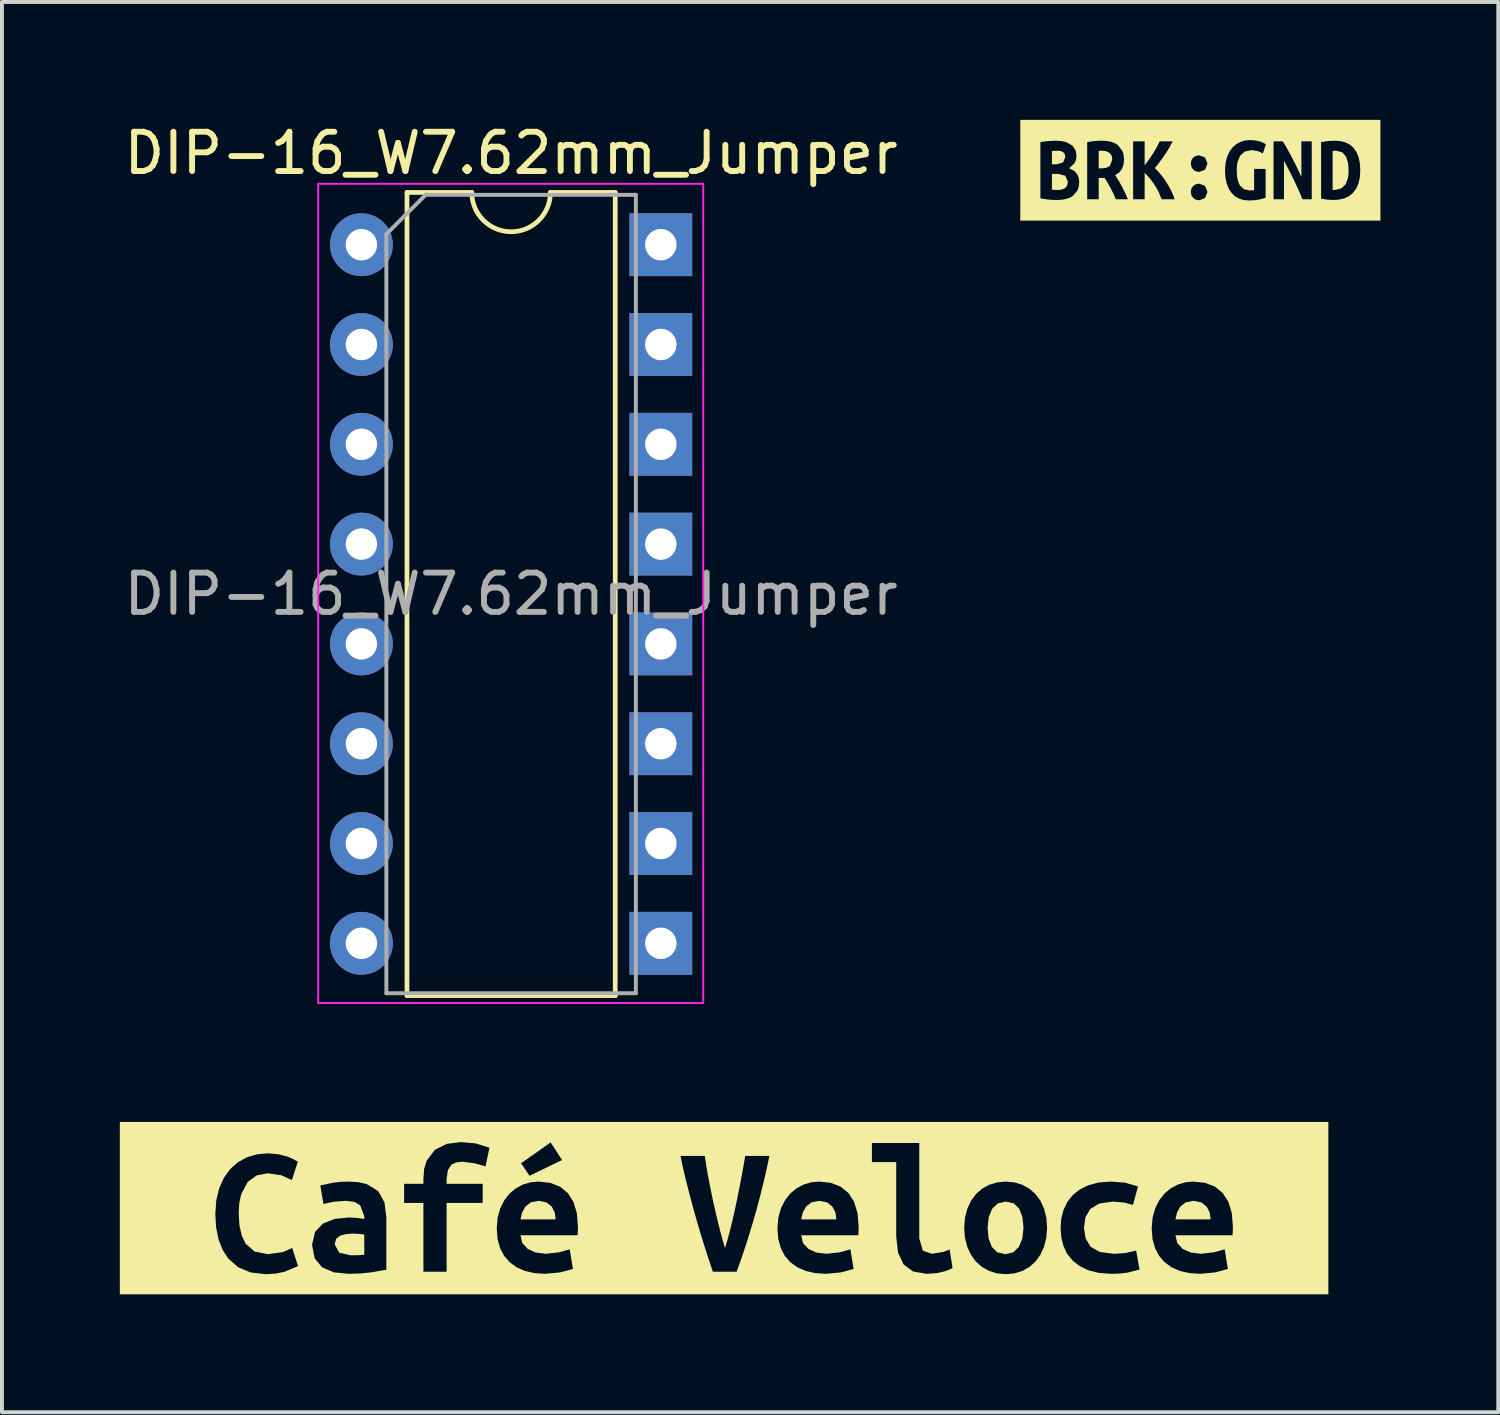
<source format=kicad_pcb>
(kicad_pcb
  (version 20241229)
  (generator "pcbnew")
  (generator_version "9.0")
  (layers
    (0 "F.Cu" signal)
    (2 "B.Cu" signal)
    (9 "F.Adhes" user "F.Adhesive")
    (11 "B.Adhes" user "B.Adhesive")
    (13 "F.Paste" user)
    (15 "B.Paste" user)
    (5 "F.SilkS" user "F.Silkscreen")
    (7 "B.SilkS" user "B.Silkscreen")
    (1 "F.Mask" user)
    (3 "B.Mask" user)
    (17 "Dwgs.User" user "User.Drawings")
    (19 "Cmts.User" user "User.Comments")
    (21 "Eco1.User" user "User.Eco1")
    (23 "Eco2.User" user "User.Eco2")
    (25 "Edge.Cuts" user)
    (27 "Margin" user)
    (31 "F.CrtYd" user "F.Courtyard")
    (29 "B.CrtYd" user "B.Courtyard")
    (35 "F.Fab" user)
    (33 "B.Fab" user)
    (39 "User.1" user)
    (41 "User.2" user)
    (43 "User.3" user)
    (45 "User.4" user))
  (footprint "label_Cafe_Veloce"
    (layer "F.Cu")
    (at 15.379 27.698)
    (property "Reference" "label_Cafe_Veloce" (at 0 -2.194 0) (layer "F.SilkS") (effects (font (size 0.001 0.001) (thickness 0.000003))))
    (attr exclude_from_pos_files exclude_from_bom)
    (fp_poly (pts (xy -4.286 0.286) (xy -4.31 0.112) (xy -4.386 -0.038) (xy -4.52 -0.145) (xy -4.72 -0.186) (xy -4.917 -0.148) (xy -5.055 -0.043) (xy -5.141 0.11) (xy -5.182 0.286) (xy -4.286 0.286)) (stroke (width 0) (type solid)) (fill yes) (layer "F.SilkS"))
    (fp_poly (pts (xy 2.857 0.286) (xy 2.834 0.112) (xy 2.757 -0.038) (xy 2.624 -0.145) (xy 2.424 -0.186) (xy 2.226 -0.148) (xy 2.088 -0.043) (xy 2.003 0.11) (xy 1.962 0.286) (xy 2.857 0.286)) (stroke (width 0) (type solid)) (fill yes) (layer "F.SilkS"))
    (fp_poly (pts (xy 12.383 0.286) (xy 12.359 0.112) (xy 12.282 -0.038) (xy 12.149 -0.145) (xy 11.949 -0.186) (xy 11.751 -0.148) (xy 11.613 -0.043) (xy 11.528 0.11) (xy 11.487 0.286) (xy 12.383 0.286)) (stroke (width 0) (type solid)) (fill yes) (layer "F.SilkS"))
    (fp_poly (pts (xy -9.501 1.2) (xy -9.315 1.198) (xy -9.158 1.186) (xy -9.158 0.672) (xy -9.296 0.655) (xy -9.444 0.648) (xy -9.62 0.66) (xy -9.77 0.7) (xy -9.873 0.781) (xy -9.911 0.919) (xy -9.796 1.136) (xy -9.501 1.2)) (stroke (width 0) (type solid)) (fill yes) (layer "F.SilkS"))
    (fp_poly (pts (xy 6.706 0.5) (xy 6.732 0.772) (xy 6.813 0.986) (xy 6.953 1.125) (xy 7.158 1.172) (xy 7.359 1.125) (xy 7.503 0.986) (xy 7.591 0.772) (xy 7.62 0.5) (xy 7.593 0.229) (xy 7.513 0.017) (xy 7.373 -0.121) (xy 7.168 -0.167) (xy 6.967 -0.121) (xy 6.822 0.017) (xy 6.735 0.229) (xy 6.706 0.5)) (stroke (width 0) (type solid)) (fill yes) (layer "F.SilkS"))
    (fp_poly (pts (xy -14.866 -2.194) (xy -12.949 0.143) (xy -12.924 -0.204) (xy -12.849 -0.51) (xy -12.73 -0.773) (xy -12.571 -0.993) (xy -12.375 -1.167) (xy -12.147 -1.293) (xy -11.89 -1.37) (xy -11.611 -1.395) (xy -11.328 -1.369) (xy -11.106 -1.31) (xy -10.947 -1.238) (xy -10.849 -1.181) (xy -11.001 -0.714) (xy -11.266 -0.836) (xy -11.62 -0.886) (xy -11.89 -0.836) (xy -12.123 -0.669) (xy -12.29 -0.357) (xy -12.338 -0.138) (xy -12.354 0.129) (xy -12.335 0.439) (xy -12.277 0.697) (xy -10.197 -0.105) (xy -10.277 -0.576) (xy -9.968 -0.645) (xy -9.764 -0.669) (xy -9.554 -0.676) (xy -9.301 -0.66) (xy -9.094 -0.612) (xy -8.801 -0.431) (xy -8.644 -0.145) (xy -8.596 0.233) (xy -8.596 1.567) (xy -8.977 1.634) (xy -9.245 1.662) (xy -9.544 1.672) (xy -9.932 1.634) (xy -10.23 1.507) (xy -10.42 1.279) (xy -10.487 0.933) (xy -10.411 0.605) (xy -10.206 0.391) (xy -9.911 0.274) (xy -9.563 0.238) (xy -9.348 0.248) (xy -9.158 0.276) (xy -9.158 0.205) (xy -9.263 -0.074) (xy -9.406 -0.158) (xy -9.625 -0.186) (xy -9.946 -0.162) (xy -10.197 -0.105) (xy -12.277 0.697) (xy -12.18 0.902) (xy -11.951 1.104) (xy -11.611 1.172) (xy -11.232 1.119) (xy -10.992 1.014) (xy -10.844 1.476) (xy -11.18 1.617) (xy -11.408 1.665) (xy -11.668 1.681) (xy -12.051 1.637) (xy -12.369 1.503) (xy -12.621 1.281) (xy -12.764 1.06) (xy -12.867 0.797) (xy -12.929 0.491) (xy -12.949 0.143) (xy -14.866 -2.194) (xy -15.379 -2.194) (xy -15.379 2.194) (xy -7.653 1.619) (xy -7.653 -0.133) (xy -8.144 -0.133) (xy -8.144 -0.619) (xy -7.653 -0.619) (xy -7.653 -0.748) (xy -7.634 -0.996) (xy -7.575 -1.198) (xy -7.363 -1.484) (xy -7.058 -1.636) (xy -6.706 -1.681) (xy -6.325 -1.648) (xy -5.972 -1.538) (xy -6.072 -1.062) (xy -6.346 -1.141) (xy -6.658 -1.181) (xy -6.813 -1.167) (xy -6.941 -1.105) (xy -7.029 -0.969) (xy -7.063 -0.738) (xy -7.063 -0.619) (xy -4.953 -0.824) (xy -5.167 -1.143) (xy -4.415 -1.672) (xy -4.124 -1.224) (xy -4.953 -0.824) (xy -7.063 -0.619) (xy -6.144 -0.619) (xy -6.144 -0.133) (xy -7.063 -0.133) (xy -5.786 0.519) (xy -5.764 0.242) (xy -5.696 0) (xy -5.591 -0.205) (xy -5.458 -0.374) (xy -5.299 -0.505) (xy -5.12 -0.6) (xy -4.927 -0.657) (xy -4.729 -0.676) (xy -4.425 -0.644) (xy -4.175 -0.546) (xy -3.977 -0.383) (xy -3.834 -0.158) (xy -3.748 0.127) (xy -3.72 0.471) (xy -3.722 0.591) (xy -3.729 0.691) (xy -5.182 0.691) (xy -5.136 0.886) (xy -5.001 1.036) (xy -4.793 1.13) (xy -4.534 1.162) (xy -4.198 1.124) (xy -3.929 1.048) (xy -3.848 1.548) (xy -4.172 1.636) (xy -4.558 1.672) (xy -4.829 1.653) (xy -5.07 1.598) (xy -5.279 1.506) (xy -5.455 1.379) (xy -5.597 1.216) (xy -5.701 1.019) (xy -5.765 0.787) (xy -5.786 0.519) (xy -7.063 -0.133) (xy -7.063 1.619) (xy -7.653 1.619) (xy -15.379 2.194) (xy -14.866 2.194) (xy -0.286 1.619) (xy -0.404 1.269) (xy -0.529 0.876) (xy -0.613 0.6) (xy -0.694 0.325) (xy -0.772 0.05) (xy -0.845 -0.22) (xy -0.913 -0.479) (xy -0.976 -0.729) (xy -1.055 -1.062) (xy -1.11 -1.329) (xy -0.491 -1.329) (xy -0.455 -1.082) (xy -0.405 -0.798) (xy -0.345 -0.491) (xy -0.279 -0.174) (xy -0.207 0.145) (xy -0.131 0.46) (xy -0.053 0.755) (xy 0.024 1.019) (xy 0.1 0.759) (xy 0.176 0.464) (xy 0.25 0.15) (xy 0.319 -0.169) (xy 0.383 -0.486) (xy 0.443 -0.795) (xy 0.495 -1.081) (xy 0.538 -1.329) (xy 1.153 -1.329) (xy 1.089 -1.026) (xy 1.012 -0.691) (xy 0.923 -0.329) (xy 0.822 0.05) (xy 0.748 0.31) (xy 1.357 0.519) (xy 1.38 0.242) (xy 1.448 0) (xy 1.553 -0.205) (xy 1.686 -0.374) (xy 1.844 -0.505) (xy 2.024 -0.6) (xy 2.217 -0.657) (xy 2.415 -0.676) (xy 2.718 -0.644) (xy 2.969 -0.546) (xy 3.167 -0.383) (xy 3.31 -0.158) (xy 3.396 0.127) (xy 3.424 0.471) (xy 3.422 0.591) (xy 3.415 0.691) (xy 1.962 0.691) (xy 4.567 1.431) (xy 4.428 1.135) (xy 4.381 0.729) (xy 4.381 -1.172) (xy 3.762 -1.172) (xy 3.762 -1.657) (xy 4.967 -1.657) (xy 6.562 -0.492) (xy 6.744 -0.593) (xy 6.947 -0.655) (xy 7.168 -0.676) (xy 7.391 -0.655) (xy 7.594 -0.593) (xy 7.774 -0.492) (xy 7.927 -0.355) (xy 8.052 -0.185) (xy 8.144 0.017) (xy 8.201 0.245) (xy 8.22 0.495) (xy 8.201 0.749) (xy 8.144 0.979) (xy 8.052 1.181) (xy 7.93 1.353) (xy 7.778 1.492) (xy 7.599 1.595) (xy 7.394 1.66) (xy 7.168 1.681) (xy 6.941 1.66) (xy 6.737 1.595) (xy 6.557 1.492) (xy 6.403 1.353) (xy 6.279 1.181) (xy 6.186 0.979) (xy 6.129 0.749) (xy 6.11 0.495) (xy 6.13 0.245) (xy 6.189 0.017) (xy 6.283 -0.185) (xy 6.408 -0.355) (xy 6.562 -0.492) (xy 4.967 -1.657) (xy 4.967 0.772) (xy 5.058 1.081) (xy 5.286 1.162) (xy 5.582 1.114) (xy 5.739 1.053) (xy 5.815 1.524) (xy 5.751 1.557) (xy 5.62 1.607) (xy 5.422 1.653) (xy 5.158 1.672) (xy 4.808 1.612) (xy 4.567 1.431) (xy 1.962 0.691) (xy 2.007 0.886) (xy 2.143 1.036) (xy 2.35 1.13) (xy 2.61 1.162) (xy 2.946 1.124) (xy 3.215 1.048) (xy 3.296 1.548) (xy 2.972 1.636) (xy 2.586 1.672) (xy 2.315 1.653) (xy 2.074 1.598) (xy 1.865 1.506) (xy 1.688 1.379) (xy 1.547 1.216) (xy 1.443 1.019) (xy 1.379 0.787) (xy 1.357 0.519) (xy 0.748 0.31) (xy 0.669 0.574) (xy 0.586 0.841) (xy 0.499 1.106) (xy 0.41 1.366) (xy 0.319 1.619) (xy -0.286 1.619) (xy -14.866 2.194) (xy 14.866 2.194) (xy 10.573 1.562) (xy 10.273 1.641) (xy 10.081 1.664) (xy 9.858 1.672) (xy 9.54 1.649) (xy 9.27 1.581) (xy 9.047 1.474) (xy 8.868 1.333) (xy 8.731 1.162) (xy 8.637 0.962) (xy 8.581 0.739) (xy 8.563 0.5) (xy 8.582 0.264) (xy 8.639 0.043) (xy 8.736 -0.158) (xy 8.873 -0.331) (xy 9.051 -0.474) (xy 9.27 -0.583) (xy 9.534 -0.653) (xy 9.844 -0.676) (xy 10.206 -0.648) (xy 10.535 -0.552) (xy 10.406 -0.081) (xy 10.194 -0.14) (xy 9.896 -0.167) (xy 9.546 -0.117) (xy 9.32 0.021) (xy 9.196 0.233) (xy 9.158 0.5) (xy 9.202 0.776) (xy 9.332 0.986) (xy 9.567 1.118) (xy 9.925 1.162) (xy 10.213 1.143) (xy 10.487 1.081) (xy 10.573 1.562) (xy 14.866 2.194) (xy 15.379 2.194) (xy 12.74 1.048) (xy 12.821 1.548) (xy 12.497 1.636) (xy 12.111 1.672) (xy 11.84 1.653) (xy 11.599 1.598) (xy 11.39 1.506) (xy 11.213 1.379) (xy 11.072 1.216) (xy 10.968 1.019) (xy 10.904 0.787) (xy 10.882 0.519) (xy 10.905 0.242) (xy 10.973 0) (xy 11.078 -0.205) (xy 11.211 -0.374) (xy 11.369 -0.505) (xy 11.549 -0.6) (xy 11.742 -0.657) (xy 11.94 -0.676) (xy 12.243 -0.644) (xy 12.494 -0.546) (xy 12.692 -0.383) (xy 12.835 -0.158) (xy 12.921 0.127) (xy 12.949 0.471) (xy 12.947 0.591) (xy 12.94 0.691) (xy 11.487 0.691) (xy 11.532 0.886) (xy 11.668 1.036) (xy 11.875 1.13) (xy 12.135 1.162) (xy 12.471 1.124) (xy 12.74 1.048) (xy 15.379 2.194) (xy 15.379 -2.194) (xy 14.866 -2.194) (xy -14.866 -2.194)) (stroke (width 0) (type solid)) (fill yes) (layer "F.SilkS")))
  (footprint "DIP-16_W7.62mm_Jumper"
    (layer "F.Cu")
    (at 6.148 3.178)
    (property "Reference" "DIP-16_W7.62mm_Jumper" (at 3.81 -2.33 0) (layer "F.SilkS") (effects (font (size 1 1) (thickness 0.15))))
    (attr through_hole)
    (fp_line (start 1.16 -1.33) (end 1.16 19.11) (stroke (width 0.12) (type solid)) (layer "F.SilkS"))
    (fp_line (start 1.16 19.11) (end 6.46 19.11) (stroke (width 0.12) (type solid)) (layer "F.SilkS"))
    (fp_line (start 2.81 -1.33) (end 1.16 -1.33) (stroke (width 0.12) (type solid)) (layer "F.SilkS"))
    (fp_line (start 6.46 -1.33) (end 4.81 -1.33) (stroke (width 0.12) (type solid)) (layer "F.SilkS"))
    (fp_line (start 6.46 19.11) (end 6.46 -1.33) (stroke (width 0.12) (type solid)) (layer "F.SilkS"))
    (fp_arc (start 4.81 -1.33) (mid 3.81 -0.33) (end 2.81 -1.33) (stroke (width 0.12) (type solid)) (layer "F.SilkS"))
    (fp_line (start -1.1 -1.55) (end -1.1 19.3) (stroke (width 0.05) (type solid)) (layer "F.CrtYd"))
    (fp_line (start -1.1 19.3) (end 8.7 19.3) (stroke (width 0.05) (type solid)) (layer "F.CrtYd"))
    (fp_line (start 8.7 -1.55) (end -1.1 -1.55) (stroke (width 0.05) (type solid)) (layer "F.CrtYd"))
    (fp_line (start 8.7 19.3) (end 8.7 -1.55) (stroke (width 0.05) (type solid)) (layer "F.CrtYd"))
    (fp_line (start 0.635 -0.27) (end 1.635 -1.27) (stroke (width 0.1) (type solid)) (layer "F.Fab"))
    (fp_line (start 0.635 19.05) (end 0.635 -0.27) (stroke (width 0.1) (type solid)) (layer "F.Fab"))
    (fp_line (start 1.635 -1.27) (end 6.985 -1.27) (stroke (width 0.1) (type solid)) (layer "F.Fab"))
    (fp_line (start 6.985 -1.27) (end 6.985 19.05) (stroke (width 0.1) (type solid)) (layer "F.Fab"))
    (fp_line (start 6.985 19.05) (end 0.635 19.05) (stroke (width 0.1) (type solid)) (layer "F.Fab"))
    (fp_text user "${REFERENCE}" (at 3.81 8.89 0) (layer "F.Fab") (effects (font (size 1 1) (thickness 0.15))))
    (pad "1" thru_hole oval (at 0 0) (size 1.6 1.6) (drill 0.8) (layers "*.Cu" "*.Mask"))
    (pad "2" thru_hole oval (at 0 2.54) (size 1.6 1.6) (drill 0.8) (layers "*.Cu" "*.Mask"))
    (pad "3" thru_hole oval (at 0 5.08) (size 1.6 1.6) (drill 0.8) (layers "*.Cu" "*.Mask"))
    (pad "4" thru_hole oval (at 0 7.62) (size 1.6 1.6) (drill 0.8) (layers "*.Cu" "*.Mask"))
    (pad "5" thru_hole oval (at 0 10.16) (size 1.6 1.6) (drill 0.8) (layers "*.Cu" "*.Mask"))
    (pad "6" thru_hole oval (at 0 12.7) (size 1.6 1.6) (drill 0.8) (layers "*.Cu" "*.Mask"))
    (pad "7" thru_hole oval (at 0 15.24) (size 1.6 1.6) (drill 0.8) (layers "*.Cu" "*.Mask"))
    (pad "8" thru_hole oval (at 0 17.78) (size 1.6 1.6) (drill 0.8) (layers "*.Cu" "*.Mask"))
    (pad "9" thru_hole rect (at 7.62 17.78) (size 1.6 1.6) (drill 0.8) (layers "*.Cu" "*.Mask"))
    (pad "10" thru_hole rect (at 7.62 15.24) (size 1.6 1.6) (drill 0.8) (layers "*.Cu" "*.Mask"))
    (pad "11" thru_hole rect (at 7.62 12.7) (size 1.6 1.6) (drill 0.8) (layers "*.Cu" "*.Mask"))
    (pad "12" thru_hole rect (at 7.62 10.16) (size 1.6 1.6) (drill 0.8) (layers "*.Cu" "*.Mask"))
    (pad "13" thru_hole rect (at 7.62 7.62) (size 1.6 1.6) (drill 0.8) (layers "*.Cu" "*.Mask"))
    (pad "14" thru_hole rect (at 7.62 5.08) (size 1.6 1.6) (drill 0.8) (layers "*.Cu" "*.Mask"))
    (pad "15" thru_hole rect (at 7.62 2.54) (size 1.6 1.6) (drill 0.8) (layers "*.Cu" "*.Mask"))
    (pad "16" thru_hole rect (at 7.62 0) (size 1.6 1.6) (drill 0.8) (layers "*.Cu" "*.Mask")))
  (footprint "label_Brake"
    (layer "F.Cu")
    (at 27.5 1.283)
    (property "Reference" "label_Brake" (at 0 -1.282 180) (layer "F.SilkS") (effects (font (size 0.001 0.001) (thickness 0.000003))))
    (attr exclude_from_pos_files exclude_from_bom)
    (fp_poly (pts (xy -3.778 0.093) (xy -3.778 0.493) (xy -3.71 0.5) (xy -3.637 0.502) (xy -3.54 0.494) (xy -3.455 0.463) (xy -3.394 0.399) (xy -3.371 0.293) (xy -3.439 0.139) (xy -3.621 0.093) (xy -3.778 0.093)) (stroke (width 0) (type solid)) (fill yes) (layer "F.SilkS"))
    (fp_poly (pts (xy -3.664 -0.15) (xy -3.494 -0.199) (xy -3.437 -0.333) (xy -3.454 -0.418) (xy -3.499 -0.468) (xy -3.566 -0.492) (xy -3.645 -0.498) (xy -3.714 -0.495) (xy -3.778 -0.488) (xy -3.778 -0.15) (xy -3.664 -0.15)) (stroke (width 0) (type solid)) (fill yes) (layer "F.SilkS"))
    (fp_poly (pts (xy -2.24 -0.271) (xy -2.257 -0.373) (xy -2.311 -0.443) (xy -2.394 -0.484) (xy -2.499 -0.498) (xy -2.54 -0.496) (xy -2.587 -0.491) (xy -2.587 -0.048) (xy -2.523 -0.048) (xy -2.394 -0.062) (xy -2.306 -0.106) (xy -2.24 -0.271)) (stroke (width 0) (type solid)) (fill yes) (layer "F.SilkS"))
    (fp_poly (pts (xy 3.366 0.5) (xy 3.392 0.502) (xy 3.418 0.502) (xy 3.586 0.464) (xy 3.696 0.36) (xy 3.755 0.201) (xy 3.769 0.105) (xy 3.773 0) (xy 3.759 -0.186) (xy 3.709 -0.345) (xy 3.611 -0.456) (xy 3.452 -0.498) (xy 3.409 -0.496) (xy 3.366 -0.491) (xy 3.366 0.5)) (stroke (width 0) (type solid)) (fill yes) (layer "F.SilkS"))
    (fp_poly (pts (xy -4.071 -1.282) (xy -3.887 -0.742) (xy -3.69 -0.752) (xy -3.539 -0.744) (xy -3.418 -0.718) (xy -3.254 -0.627) (xy -3.173 -0.502) (xy -3.152 -0.364) (xy -3.164 -0.266) (xy -3.203 -0.179) (xy -3.34 -0.05) (xy -3.214 0.014) (xy -3.136 0.098) (xy -3.096 0.193) (xy -3.083 0.293) (xy -2.88 0.738) (xy -2.88 -0.714) (xy -2.786 -0.732) (xy -2.682 -0.744) (xy -2.582 -0.75) (xy -2.499 -0.752) (xy -2.379 -0.745) (xy -2.271 -0.724) (xy -2.175 -0.688) (xy -2.094 -0.636) (xy -1.981 -0.485) (xy -1.952 -0.385) (xy -1.942 -0.269) (xy -1.955 -0.146) (xy -1.994 -0.036) (xy -2.064 0.057) (xy -2.168 0.124) (xy -2.082 0.261) (xy -1.994 0.418) (xy -1.912 0.582) (xy -1.844 0.738) (xy -2.151 0.738) (xy -2.211 0.598) (xy -2.279 0.463) (xy -2.354 0.33) (xy -2.435 0.195) (xy -2.587 0.195) (xy -2.587 0.738) (xy -2.88 0.738) (xy -3.083 0.293) (xy -3.094 0.415) (xy -3.128 0.516) (xy -3.25 0.658) (xy -3.335 0.704) (xy -3.434 0.735) (xy -3.544 0.752) (xy -3.661 0.757) (xy -3.761 0.755) (xy -3.864 0.747) (xy -3.968 0.733) (xy -4.071 0.714) (xy -4.071 -0.717) (xy -3.887 -0.742) (xy -4.071 -1.282) (xy -4.583 -1.282) (xy -4.583 1.282) (xy -0.985 0.738) (xy -1.06 0.558) (xy -1.111 0.463) (xy -1.168 0.37) (xy -1.229 0.282) (xy -1.293 0.199) (xy -1.418 0.064) (xy -1.418 0.738) (xy -1.711 0.738) (xy -1.711 -0.736) (xy -1.418 -0.736) (xy -1.418 -0.124) (xy -1.308 -0.271) (xy -1.2 -0.433) (xy -1.106 -0.593) (xy -1.035 -0.736) (xy -0.704 -0.736) (xy -0.783 -0.589) (xy -0.833 -0.505) (xy -0.889 -0.418) (xy -0.951 -0.328) (xy -1.017 -0.236) (xy -1.086 -0.145) (xy -1.158 -0.057) (xy -1.084 0.02) (xy -1.008 0.107) (xy -0.934 0.203) (xy -0.864 0.306) (xy -0.111 0.029) (xy -0.179 -0.013) (xy -0.226 -0.08) (xy -0.244 -0.171) (xy -0.226 -0.261) (xy -0.179 -0.326) (xy -0.111 -0.367) (xy -0.03 -0.381) (xy 0.118 -0.326) (xy 0.182 -0.171) (xy 0.118 -0.012) (xy -0.03 0.043) (xy -0.111 0.029) (xy -0.864 0.306) (xy -0.8 0.413) (xy 0.64 -0.177) (xy 0.677 -0.332) (xy 0.736 -0.465) (xy 0.813 -0.574) (xy 0.907 -0.659) (xy 1.016 -0.72) (xy 1.136 -0.757) (xy 1.266 -0.769) (xy 1.419 -0.756) (xy 1.537 -0.726) (xy 1.619 -0.691) (xy 1.668 -0.662) (xy 1.592 -0.429) (xy 1.463 -0.488) (xy 1.306 -0.514) (xy 1.13 -0.476) (xy 1.012 -0.37) (xy 0.945 -0.208) (xy 0.93 -0.109) (xy 0.925 0) (xy 0.934 0.161) (xy 0.962 0.291) (xy 1.008 0.389) (xy 1.111 0.483) (xy 1.254 0.514) (xy 1.311 0.512) (xy 1.368 0.505) (xy 1.368 -0.033) (xy 1.661 -0.033) (xy 1.661 0.702) (xy 1.498 0.745) (xy 1.375 0.763) (xy 1.23 0.769) (xy 1.099 0.757) (xy 0.981 0.72) (xy 0.878 0.66) (xy 0.792 0.575) (xy 0.722 0.467) (xy 0.67 0.335) (xy 0.638 0.179) (xy 0.627 0) (xy 0.64 -0.177) (xy -0.8 0.413) (xy -0.742 0.523) (xy -0.692 0.632) (xy -0.226 0.642) (xy -0.244 0.55) (xy -0.226 0.461) (xy -0.179 0.395) (xy -0.111 0.355) (xy -0.03 0.341) (xy 0.118 0.395) (xy 0.182 0.55) (xy 0.118 0.71) (xy -0.03 0.764) (xy -0.111 0.75) (xy -0.179 0.708) (xy -0.226 0.642) (xy -0.692 0.632) (xy -0.654 0.738) (xy -0.985 0.738) (xy -4.583 1.282) (xy -4.071 1.282) (xy 2.599 0.738) (xy 2.53 0.575) (xy 2.458 0.412) (xy 2.381 0.249) (xy 2.301 0.086) (xy 2.216 -0.077) (xy 2.128 -0.241) (xy 2.128 0.738) (xy 1.863 0.738) (xy 1.863 -0.736) (xy 2.099 -0.736) (xy 2.166 -0.627) (xy 2.232 -0.508) (xy 2.298 -0.386) (xy 2.362 -0.264) (xy 2.423 -0.145) (xy 2.479 -0.029) (xy 2.529 0.079) (xy 2.571 0.171) (xy 2.571 -0.736) (xy 2.835 -0.736) (xy 2.835 0.738) (xy 2.599 0.738) (xy -4.071 1.282) (xy 4.071 1.282) (xy 4.071 0) (xy 4.058 0.19) (xy 4.02 0.349) (xy 3.959 0.48) (xy 3.878 0.583) (xy 3.779 0.662) (xy 3.662 0.716) (xy 3.531 0.747) (xy 3.387 0.757) (xy 3.234 0.749) (xy 3.073 0.722) (xy 3.073 -0.717) (xy 3.261 -0.745) (xy 3.425 -0.752) (xy 3.564 -0.742) (xy 3.691 -0.71) (xy 3.802 -0.655) (xy 3.895 -0.575) (xy 3.969 -0.471) (xy 4.024 -0.342) (xy 4.059 -0.185) (xy 4.071 0) (xy 4.071 1.282) (xy 4.583 1.282) (xy 4.583 -1.282) (xy 4.071 -1.282) (xy -4.071 -1.282)) (stroke (width 0) (type solid)) (fill yes) (layer "F.SilkS")))
  (gr_rect
    (start -3 -3)
    (end 35.083 32.892)
    (stroke (width 0.1) (type default))
    (fill no)
    (layer "Edge.Cuts")))
</source>
